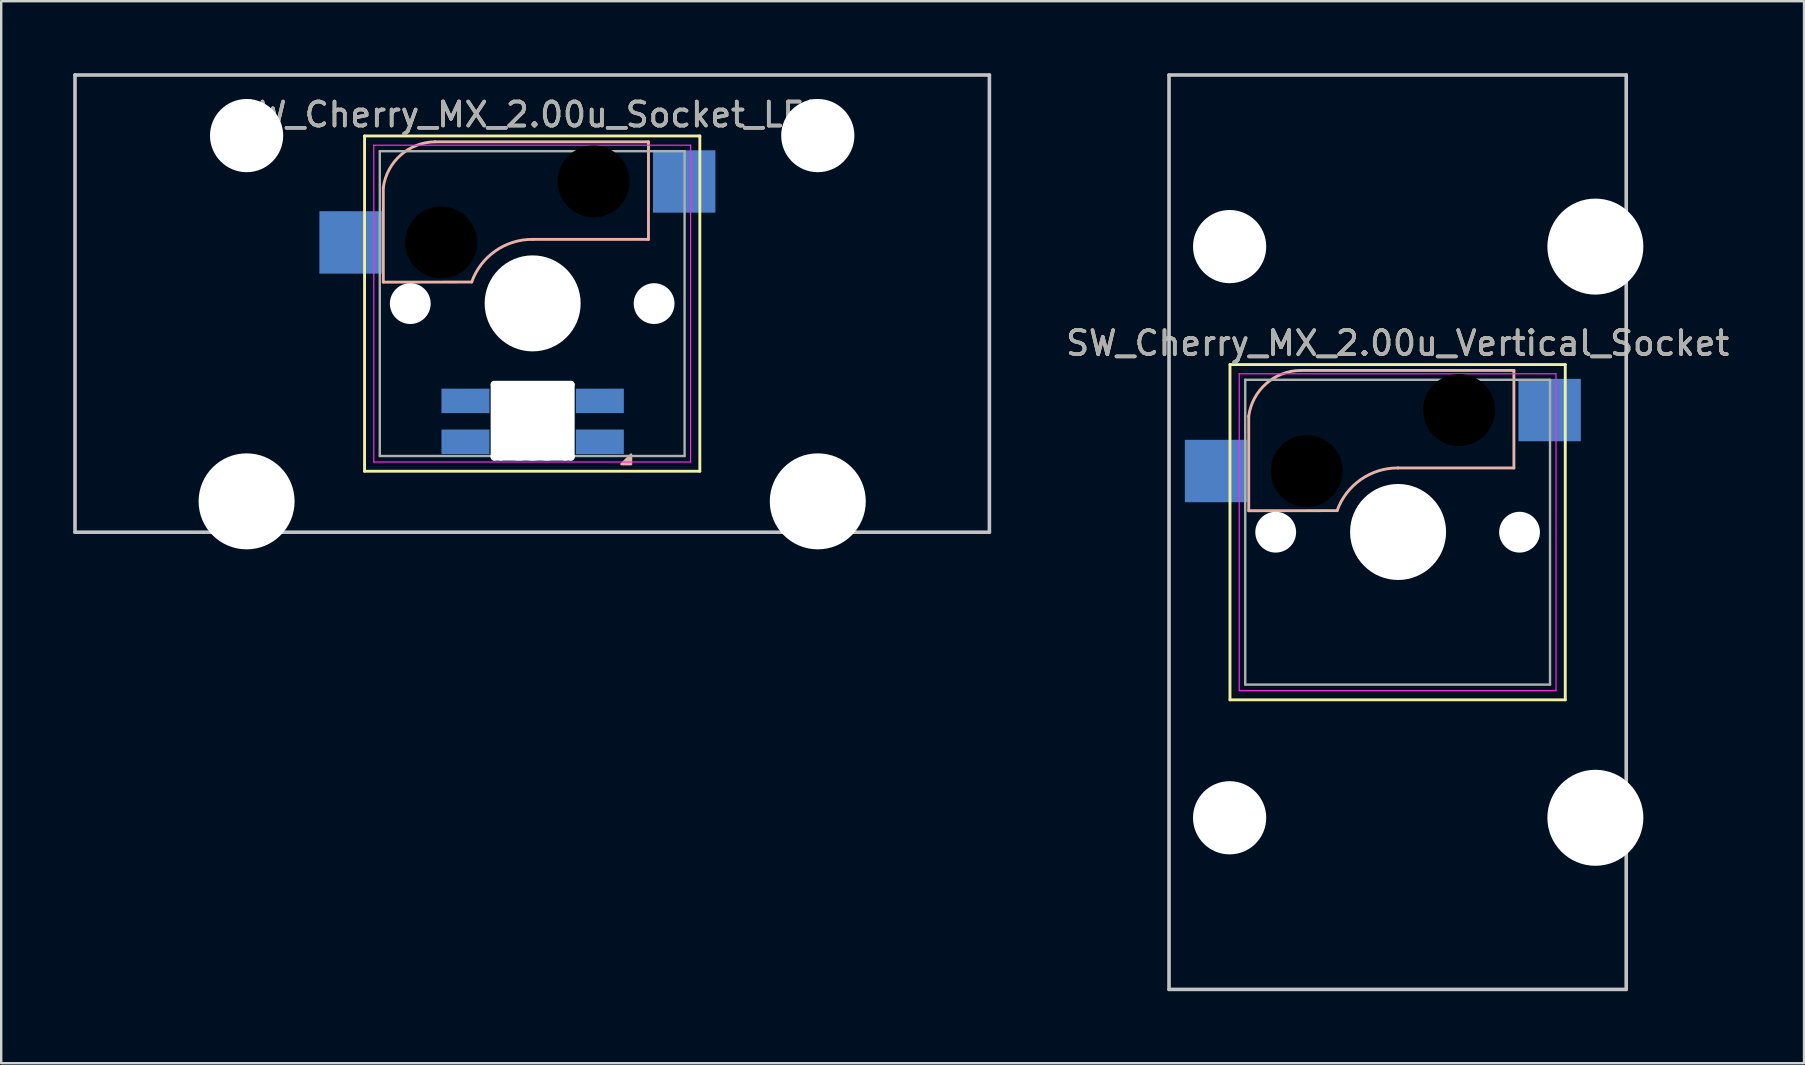
<source format=kicad_pcb>
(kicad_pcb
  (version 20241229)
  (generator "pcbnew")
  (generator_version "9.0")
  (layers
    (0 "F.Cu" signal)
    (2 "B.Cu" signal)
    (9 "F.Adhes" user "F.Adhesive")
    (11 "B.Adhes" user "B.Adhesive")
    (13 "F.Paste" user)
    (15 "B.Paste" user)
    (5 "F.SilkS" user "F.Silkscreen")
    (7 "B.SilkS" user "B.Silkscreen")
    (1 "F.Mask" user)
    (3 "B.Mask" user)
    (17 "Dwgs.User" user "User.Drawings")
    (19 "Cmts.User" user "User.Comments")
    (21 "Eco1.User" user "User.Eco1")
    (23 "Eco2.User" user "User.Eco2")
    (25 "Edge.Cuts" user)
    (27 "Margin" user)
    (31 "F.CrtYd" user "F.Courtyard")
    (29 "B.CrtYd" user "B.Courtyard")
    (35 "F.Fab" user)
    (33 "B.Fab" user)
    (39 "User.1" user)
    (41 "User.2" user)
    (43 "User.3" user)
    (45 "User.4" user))
  (footprint "SW_Cherry_MX_2.00u_Vertical_Socket"
    (layer "F.Cu")
    (at 57.725 14.045)
    (property "Reference" "SW_Cherry_MX_2.00u_Vertical_Socket" (at -2.54 -2.794 0) (layer "F.SilkS") (effects (font (size 1 1) (thickness 0.15))))
    (attr through_hole)
    (fp_line (start -9.525 -1.905) (end 4.445 -1.905) (stroke (width 0.12) (type solid)) (layer "F.SilkS"))
    (fp_line (start -9.525 12.065) (end -9.525 -1.905) (stroke (width 0.12) (type solid)) (layer "F.SilkS"))
    (fp_line (start 4.445 -1.905) (end 4.445 12.065) (stroke (width 0.12) (type solid)) (layer "F.SilkS"))
    (fp_line (start 4.445 12.065) (end -9.525 12.065) (stroke (width 0.12) (type solid)) (layer "F.SilkS"))
    (fp_line (start -8.744 4.186) (end -8.744 0.245) (stroke (width 0.12) (type solid)) (layer "B.SilkS"))
    (fp_line (start -8.744 4.186) (end -5.061 4.182) (stroke (width 0.12) (type solid)) (layer "B.SilkS"))
    (fp_line (start -2.521 2.404) (end 2.305 2.404) (stroke (width 0.12) (type solid)) (layer "B.SilkS"))
    (fp_line (start 2.305 -1.66) (end -6.585 -1.66) (stroke (width 0.12) (type solid)) (layer "B.SilkS"))
    (fp_line (start 2.305 2.404) (end 2.305 -1.66) (stroke (width 0.12) (type solid)) (layer "B.SilkS"))
    (fp_arc (start -8.74408 0.244744) (mid -8.018786 -1.10919) (end -6.58508 -1.660256) (stroke (width 0.12) (type solid)) (layer "B.SilkS"))
    (fp_arc (start -5.06108 4.181744) (mid -4.074771 2.887471) (end -2.52108 2.403744) (stroke (width 0.12) (type solid)) (layer "B.SilkS"))
    (fp_line (start -12.065 -13.97) (end 6.985 -13.97) (stroke (width 0.15) (type solid)) (layer "Dwgs.User"))
    (fp_line (start -12.065 24.13) (end -12.065 -13.97) (stroke (width 0.15) (type solid)) (layer "Dwgs.User"))
    (fp_line (start 6.985 -13.97) (end 6.985 24.13) (stroke (width 0.15) (type solid)) (layer "Dwgs.User"))
    (fp_line (start 6.985 24.13) (end -12.065 24.13) (stroke (width 0.15) (type solid)) (layer "Dwgs.User"))
    (fp_line (start -9.14 -1.52) (end 4.06 -1.52) (stroke (width 0.05) (type solid)) (layer "F.CrtYd"))
    (fp_line (start -9.14 11.68) (end -9.14 -1.52) (stroke (width 0.05) (type solid)) (layer "F.CrtYd"))
    (fp_line (start 4.06 -1.52) (end 4.06 11.68) (stroke (width 0.05) (type solid)) (layer "F.CrtYd"))
    (fp_line (start 4.06 11.68) (end -9.14 11.68) (stroke (width 0.05) (type solid)) (layer "F.CrtYd"))
    (fp_line (start -8.89 -1.27) (end 3.81 -1.27) (stroke (width 0.1) (type solid)) (layer "F.Fab"))
    (fp_line (start -8.89 11.43) (end -8.89 -1.27) (stroke (width 0.1) (type solid)) (layer "F.Fab"))
    (fp_line (start 3.81 -1.27) (end 3.81 11.43) (stroke (width 0.1) (type solid)) (layer "F.Fab"))
    (fp_line (start 3.81 11.43) (end -8.89 11.43) (stroke (width 0.1) (type solid)) (layer "F.Fab"))
    (fp_text user "${REFERENCE}" (at -2.54 -2.794 0) (layer "F.Fab") (effects (font (size 1 1) (thickness 0.15))))
    (pad "" np_thru_hole circle (at -9.54 -6.82) (size 3.05 3.05) (drill 3.05) (layers "*.Cu" "*.Mask"))
    (pad "" np_thru_hole circle (at -9.54 16.98) (size 3.05 3.05) (drill 3.05) (layers "*.Cu" "*.Mask"))
    (pad "" np_thru_hole circle (at -7.62 5.08) (size 1.7 1.7) (drill 1.7) (layers "*.Cu" "*.Mask"))
    (pad "" np_thru_hole circle (at -6.331 2.531 180) (size 3 3) (drill 3) (layers "*.Mask"))
    (pad "" np_thru_hole circle (at -2.521 5.071 90) (size 4 4) (drill 4) (layers "*.Cu" "*.Mask"))
    (pad "" np_thru_hole circle (at 0.019 -0.009 180) (size 3 3) (drill 3) (layers "*.Mask"))
    (pad "" np_thru_hole circle (at 2.54 5.08) (size 1.7 1.7) (drill 1.7) (layers "*.Cu" "*.Mask"))
    (pad "" np_thru_hole circle (at 5.7 -6.82) (size 4 4) (drill 4) (layers "*.Cu" "*.Mask"))
    (pad "" np_thru_hole circle (at 5.7 16.98) (size 4 4) (drill 4) (layers "*.Cu" "*.Mask"))
    (pad "1" smd rect (at 3.794 -0.009 180) (size 2.6 2.6) (layers "B.Cu" "B.Mask" "B.Paste"))
    (pad "2" smd rect (at -10.106 2.531 180) (size 2.6 2.6) (layers "B.Cu" "B.Mask" "B.Paste")))
  (footprint "SW_Cherry_MX_2.00u_Socket_LED"
    (layer "F.Cu")
    (at 21.665 4.52)
    (property "Reference" "SW_Cherry_MX_2.00u_Socket_LED" (at -2.54 -2.794 0) (layer "F.SilkS") (effects (font (size 1 1) (thickness 0.15))))
    (attr through_hole)
    (fp_line (start -9.525 -1.905) (end 4.445 -1.905) (stroke (width 0.12) (type solid)) (layer "F.SilkS"))
    (fp_line (start -9.525 12.065) (end -9.525 -1.905) (stroke (width 0.12) (type solid)) (layer "F.SilkS"))
    (fp_line (start 4.445 -1.905) (end 4.445 12.065) (stroke (width 0.12) (type solid)) (layer "F.SilkS"))
    (fp_line (start 4.445 12.065) (end -9.525 12.065) (stroke (width 0.12) (type solid)) (layer "F.SilkS"))
    (fp_line (start -8.744 4.186) (end -8.744 0.245) (stroke (width 0.12) (type solid)) (layer "B.SilkS"))
    (fp_line (start -8.744 4.186) (end -5.061 4.182) (stroke (width 0.12) (type solid)) (layer "B.SilkS"))
    (fp_line (start -2.521 2.404) (end 2.305 2.404) (stroke (width 0.12) (type solid)) (layer "B.SilkS"))
    (fp_line (start 2.305 -1.66) (end -6.585 -1.66) (stroke (width 0.12) (type solid)) (layer "B.SilkS"))
    (fp_line (start 2.305 2.404) (end 2.305 -1.66) (stroke (width 0.12) (type solid)) (layer "B.SilkS"))
    (fp_arc (start -8.74408 0.244744) (mid -8.018786 -1.10919) (end -6.58508 -1.660256) (stroke (width 0.12) (type solid)) (layer "B.SilkS"))
    (fp_arc (start -5.06108 4.181744) (mid -4.074771 2.887471) (end -2.52108 2.403744) (stroke (width 0.12) (type solid)) (layer "B.SilkS"))
    (fp_poly (pts (xy 1.579 11.371) (xy 1.579 11.771) (xy 1.179 11.771)) (stroke (width 0.1) (type solid)) (fill yes) (layer "B.SilkS"))
    (fp_line (start -21.59 -4.445) (end 16.51 -4.445) (stroke (width 0.15) (type solid)) (layer "Dwgs.User"))
    (fp_line (start -21.59 14.605) (end -21.59 -4.445) (stroke (width 0.15) (type solid)) (layer "Dwgs.User"))
    (fp_line (start 16.51 -4.445) (end 16.51 14.605) (stroke (width 0.15) (type solid)) (layer "Dwgs.User"))
    (fp_line (start 16.51 14.605) (end -21.59 14.605) (stroke (width 0.15) (type solid)) (layer "Dwgs.User"))
    (fp_line (start -9.14 -1.52) (end 4.06 -1.52) (stroke (width 0.05) (type solid)) (layer "F.CrtYd"))
    (fp_line (start -9.14 11.68) (end -9.14 -1.52) (stroke (width 0.05) (type solid)) (layer "F.CrtYd"))
    (fp_line (start 4.06 -1.52) (end 4.06 11.68) (stroke (width 0.05) (type solid)) (layer "F.CrtYd"))
    (fp_line (start 4.06 11.68) (end -9.14 11.68) (stroke (width 0.05) (type solid)) (layer "F.CrtYd"))
    (fp_line (start -8.89 -1.27) (end 3.81 -1.27) (stroke (width 0.1) (type solid)) (layer "F.Fab"))
    (fp_line (start -8.89 11.43) (end -8.89 -1.27) (stroke (width 0.1) (type solid)) (layer "F.Fab"))
    (fp_line (start 3.81 -1.27) (end 3.81 11.43) (stroke (width 0.1) (type solid)) (layer "F.Fab"))
    (fp_line (start 3.81 11.43) (end -8.89 11.43) (stroke (width 0.1) (type solid)) (layer "F.Fab"))
    (fp_text user "${REFERENCE}" (at -2.54 -2.794 0) (layer "F.Fab") (effects (font (size 1 1) (thickness 0.15))))
    (pad "" np_thru_hole circle (at -14.44 -1.92) (size 3.05 3.05) (drill 3.05) (layers "*.Cu" "*.Mask"))
    (pad "" np_thru_hole circle (at -14.44 13.32) (size 4 4) (drill 4) (layers "*.Cu" "*.Mask"))
    (pad "" np_thru_hole circle (at -7.62 5.08) (size 1.7 1.7) (drill 1.7) (layers "*.Cu" "*.Mask"))
    (pad "" np_thru_hole circle (at -6.331 2.531 180) (size 3 3) (drill 3) (layers "*.Mask"))
    (pad "" np_thru_hole oval (at -4.121 9.971 180) (size 0.3 3.3) (drill oval 0.3 3.3) (layers "*.Cu" "*.Mask"))
    (pad "" np_thru_hole oval (at -3.846 9.971 180) (size 0.5 3.3) (drill oval 0.5 3.3) (layers "*.Cu" "*.Mask"))
    (pad "" np_thru_hole oval (at -3.096 9.971 180) (size 1.7 3.3) (drill oval 1.7 3.3) (layers "*.Cu" "*.Mask"))
    (pad "" np_thru_hole circle (at -2.521 5.071 90) (size 4 4) (drill 4) (layers "*.Cu" "*.Mask"))
    (pad "" np_thru_hole oval (at -2.521 8.446 90) (size 0.3 3.5) (drill oval 0.3 3.5) (layers "*.Cu" "*.Mask"))
    (pad "" np_thru_hole oval (at -2.521 9.971 180) (size 1.7 3.3) (drill oval 1.7 3.3) (layers "*.Cu" "*.Mask"))
    (pad "" np_thru_hole oval (at -2.521 11.471 90) (size 0.3 3.5) (drill oval 0.3 3.5) (layers "*.Cu" "*.Mask"))
    (pad "" np_thru_hole oval (at -1.921 9.971 180) (size 1.65 3.3) (drill oval 1.65 3.3) (layers "*.Cu" "*.Mask"))
    (pad "" np_thru_hole oval (at -1.171 9.971) (size 0.5 3.3) (drill oval 0.5 3.3) (layers "*.Cu" "*.Mask"))
    (pad "" np_thru_hole oval (at -0.921 9.971 180) (size 0.3 3.3) (drill oval 0.3 3.3) (layers "*.Cu" "*.Mask"))
    (pad "" np_thru_hole circle (at 0.019 -0.009 180) (size 3 3) (drill 3) (layers "*.Mask"))
    (pad "" np_thru_hole circle (at 2.54 5.08) (size 1.7 1.7) (drill 1.7) (layers "*.Cu" "*.Mask"))
    (pad "" np_thru_hole circle (at 9.36 -1.92) (size 3.05 3.05) (drill 3.05) (layers "*.Cu" "*.Mask"))
    (pad "" np_thru_hole circle (at 9.36 13.32) (size 4 4) (drill 4) (layers "*.Cu" "*.Mask"))
    (pad "1" smd rect (at 3.794 -0.009 180) (size 2.6 2.6) (layers "B.Cu" "B.Mask" "B.Paste"))
    (pad "2" smd rect (at -10.106 2.531 180) (size 2.6 2.6) (layers "B.Cu" "B.Mask" "B.Paste"))
    (pad "3" smd rect (at -5.321 9.135 180) (size 2 1.02) (layers "B.Cu" "B.Mask" "B.Paste"))
    (pad "4" smd rect (at -5.321 10.838 180) (size 2 1.02) (layers "B.Cu" "B.Mask" "B.Paste"))
    (pad "5" smd rect (at 0.279 10.838 180) (size 2 1.02) (layers "B.Cu" "B.Mask" "B.Paste"))
    (pad "6" smd rect (at 0.279 9.135 180) (size 2 1.02) (layers "B.Cu" "B.Mask" "B.Paste")))
  (gr_rect
    (start -3 -3)
    (end 72.119 41.25)
    (stroke (width 0.1) (type default))
    (fill no)
    (layer "Edge.Cuts")))
</source>
